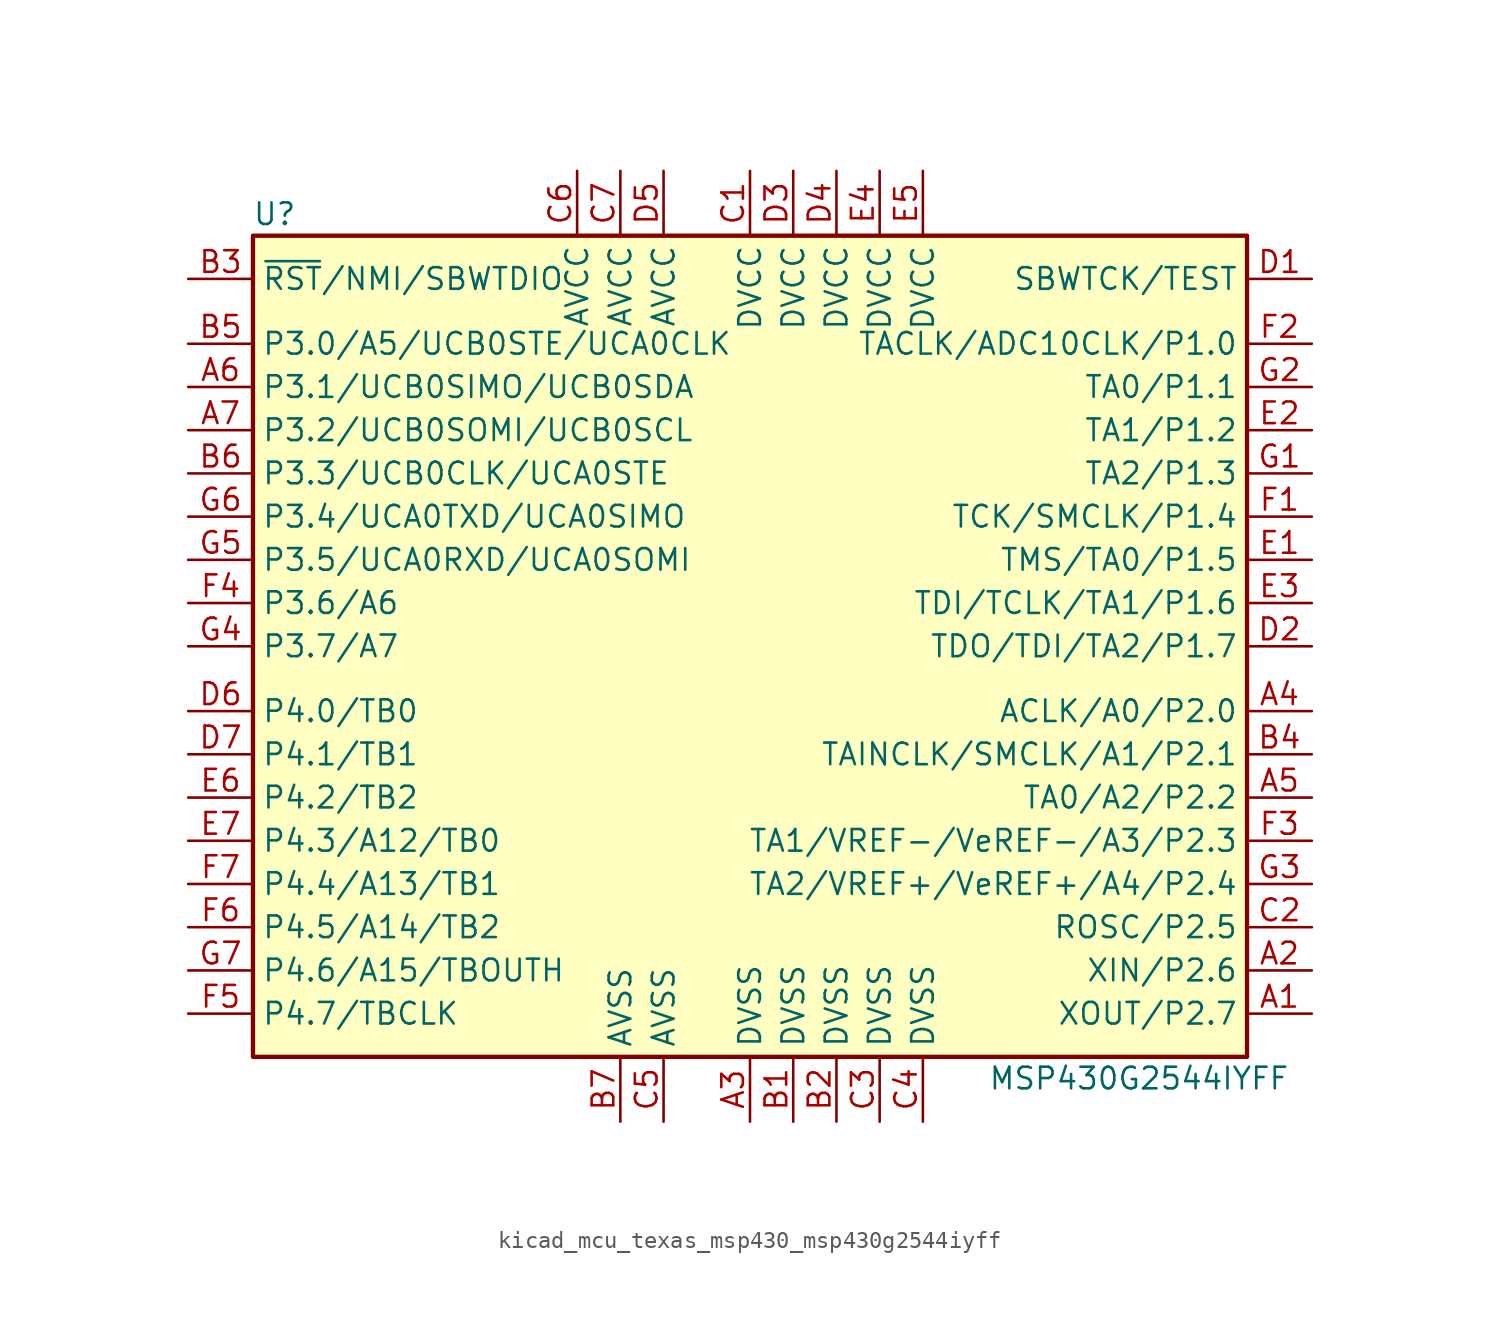
<source format=kicad_sym>
(kicad_symbol_lib
  (version 20220914)
  (generator kicad_symbol_editor)
  (symbol "kicad_mcu_texas_msp430_msp430g2544iyff"
    (property "Reference" "U"
      (at -27.94 25.4 0)
      (effects (font (size 1.27 1.27))))
    (property "Value" "MSP430G2544IYFF"
      (at 22.86 -25.4 0)
      (effects (font (size 1.27 1.27))))
    (symbol "kicad_mcu_texas_msp430_msp430g2544iyff_0_1"
      (rectangle (start -29.21 24.13) (end 29.21 -24.13) (stroke (width 0.254) (type default)) (fill (type background))))
    (symbol "kicad_mcu_texas_msp430_msp430g2544iyff_1_1"
      (pin bidirectional line (at 33.02 -21.59 180) (length 3.81) (name "XOUT/P2.7" (effects (font (size 1.27 1.27)))) (number "A1" (effects (font (size 1.27 1.27)))))
      (pin bidirectional line (at 33.02 -19.05 180) (length 3.81) (name "XIN/P2.6" (effects (font (size 1.27 1.27)))) (number "A2" (effects (font (size 1.27 1.27)))))
      (pin power_in line (at 0 -27.94 90) (length 3.81) (name "DVSS" (effects (font (size 1.27 1.27)))) (number "A3" (effects (font (size 1.27 1.27)))))
      (pin bidirectional line (at 33.02 -3.81 180) (length 3.81) (name "ACLK/A0/P2.0" (effects (font (size 1.27 1.27)))) (number "A4" (effects (font (size 1.27 1.27)))))
      (pin bidirectional line (at 33.02 -8.89 180) (length 3.81) (name "TA0/A2/P2.2" (effects (font (size 1.27 1.27)))) (number "A5" (effects (font (size 1.27 1.27)))))
      (pin bidirectional line (at -33.02 15.24 0) (length 3.81) (name "P3.1/UCB0SIMO/UCB0SDA" (effects (font (size 1.27 1.27)))) (number "A6" (effects (font (size 1.27 1.27)))))
      (pin bidirectional line (at -33.02 12.7 0) (length 3.81) (name "P3.2/UCB0SOMI/UCB0SCL" (effects (font (size 1.27 1.27)))) (number "A7" (effects (font (size 1.27 1.27)))))
      (pin power_in line (at 2.54 -27.94 90) (length 3.81) (name "DVSS" (effects (font (size 1.27 1.27)))) (number "B1" (effects (font (size 1.27 1.27)))))
      (pin power_in line (at 5.08 -27.94 90) (length 3.81) (name "DVSS" (effects (font (size 1.27 1.27)))) (number "B2" (effects (font (size 1.27 1.27)))))
      (pin input line (at -33.02 21.59 0) (length 3.81) (name "~{RST}/NMI/SBWTDIO" (effects (font (size 1.27 1.27)))) (number "B3" (effects (font (size 1.27 1.27)))))
      (pin bidirectional line (at 33.02 -6.35 180) (length 3.81) (name "TAINCLK/SMCLK/A1/P2.1" (effects (font (size 1.27 1.27)))) (number "B4" (effects (font (size 1.27 1.27)))))
      (pin bidirectional line (at -33.02 17.78 0) (length 3.81) (name "P3.0/A5/UCB0STE/UCA0CLK" (effects (font (size 1.27 1.27)))) (number "B5" (effects (font (size 1.27 1.27)))))
      (pin bidirectional line (at -33.02 10.16 0) (length 3.81) (name "P3.3/UCB0CLK/UCA0STE" (effects (font (size 1.27 1.27)))) (number "B6" (effects (font (size 1.27 1.27)))))
      (pin power_in line (at -7.62 -27.94 90) (length 3.81) (name "AVSS" (effects (font (size 1.27 1.27)))) (number "B7" (effects (font (size 1.27 1.27)))))
      (pin power_in line (at 0 27.94 270) (length 3.81) (name "DVCC" (effects (font (size 1.27 1.27)))) (number "C1" (effects (font (size 1.27 1.27)))))
      (pin bidirectional line (at 33.02 -16.51 180) (length 3.81) (name "ROSC/P2.5" (effects (font (size 1.27 1.27)))) (number "C2" (effects (font (size 1.27 1.27)))))
      (pin power_in line (at 7.62 -27.94 90) (length 3.81) (name "DVSS" (effects (font (size 1.27 1.27)))) (number "C3" (effects (font (size 1.27 1.27)))))
      (pin power_in line (at 10.16 -27.94 90) (length 3.81) (name "DVSS" (effects (font (size 1.27 1.27)))) (number "C4" (effects (font (size 1.27 1.27)))))
      (pin power_in line (at -5.08 -27.94 90) (length 3.81) (name "AVSS" (effects (font (size 1.27 1.27)))) (number "C5" (effects (font (size 1.27 1.27)))))
      (pin power_in line (at -10.16 27.94 270) (length 3.81) (name "AVCC" (effects (font (size 1.27 1.27)))) (number "C6" (effects (font (size 1.27 1.27)))))
      (pin power_in line (at -7.62 27.94 270) (length 3.81) (name "AVCC" (effects (font (size 1.27 1.27)))) (number "C7" (effects (font (size 1.27 1.27)))))
      (pin input line (at 33.02 21.59 180) (length 3.81) (name "SBWTCK/TEST" (effects (font (size 1.27 1.27)))) (number "D1" (effects (font (size 1.27 1.27)))))
      (pin bidirectional line (at 33.02 0 180) (length 3.81) (name "TDO/TDI/TA2/P1.7" (effects (font (size 1.27 1.27)))) (number "D2" (effects (font (size 1.27 1.27)))))
      (pin power_in line (at 2.54 27.94 270) (length 3.81) (name "DVCC" (effects (font (size 1.27 1.27)))) (number "D3" (effects (font (size 1.27 1.27)))))
      (pin power_in line (at 5.08 27.94 270) (length 3.81) (name "DVCC" (effects (font (size 1.27 1.27)))) (number "D4" (effects (font (size 1.27 1.27)))))
      (pin power_in line (at -5.08 27.94 270) (length 3.81) (name "AVCC" (effects (font (size 1.27 1.27)))) (number "D5" (effects (font (size 1.27 1.27)))))
      (pin bidirectional line (at -33.02 -3.81 0) (length 3.81) (name "P4.0/TB0" (effects (font (size 1.27 1.27)))) (number "D6" (effects (font (size 1.27 1.27)))))
      (pin bidirectional line (at -33.02 -6.35 0) (length 3.81) (name "P4.1/TB1" (effects (font (size 1.27 1.27)))) (number "D7" (effects (font (size 1.27 1.27)))))
      (pin bidirectional line (at 33.02 5.08 180) (length 3.81) (name "TMS/TA0/P1.5" (effects (font (size 1.27 1.27)))) (number "E1" (effects (font (size 1.27 1.27)))))
      (pin bidirectional line (at 33.02 12.7 180) (length 3.81) (name "TA1/P1.2" (effects (font (size 1.27 1.27)))) (number "E2" (effects (font (size 1.27 1.27)))))
      (pin bidirectional line (at 33.02 2.54 180) (length 3.81) (name "TDI/TCLK/TA1/P1.6" (effects (font (size 1.27 1.27)))) (number "E3" (effects (font (size 1.27 1.27)))))
      (pin power_in line (at 7.62 27.94 270) (length 3.81) (name "DVCC" (effects (font (size 1.27 1.27)))) (number "E4" (effects (font (size 1.27 1.27)))))
      (pin power_in line (at 10.16 27.94 270) (length 3.81) (name "DVCC" (effects (font (size 1.27 1.27)))) (number "E5" (effects (font (size 1.27 1.27)))))
      (pin bidirectional line (at -33.02 -8.89 0) (length 3.81) (name "P4.2/TB2" (effects (font (size 1.27 1.27)))) (number "E6" (effects (font (size 1.27 1.27)))))
      (pin bidirectional line (at -33.02 -11.43 0) (length 3.81) (name "P4.3/A12/TB0" (effects (font (size 1.27 1.27)))) (number "E7" (effects (font (size 1.27 1.27)))))
      (pin bidirectional line (at 33.02 7.62 180) (length 3.81) (name "TCK/SMCLK/P1.4" (effects (font (size 1.27 1.27)))) (number "F1" (effects (font (size 1.27 1.27)))))
      (pin bidirectional line (at 33.02 17.78 180) (length 3.81) (name "TACLK/ADC10CLK/P1.0" (effects (font (size 1.27 1.27)))) (number "F2" (effects (font (size 1.27 1.27)))))
      (pin bidirectional line (at 33.02 -11.43 180) (length 3.81) (name "TA1/VREF-/VeREF-/A3/P2.3" (effects (font (size 1.27 1.27)))) (number "F3" (effects (font (size 1.27 1.27)))))
      (pin bidirectional line (at -33.02 2.54 0) (length 3.81) (name "P3.6/A6" (effects (font (size 1.27 1.27)))) (number "F4" (effects (font (size 1.27 1.27)))))
      (pin bidirectional line (at -33.02 -21.59 0) (length 3.81) (name "P4.7/TBCLK" (effects (font (size 1.27 1.27)))) (number "F5" (effects (font (size 1.27 1.27)))))
      (pin bidirectional line (at -33.02 -16.51 0) (length 3.81) (name "P4.5/A14/TB2" (effects (font (size 1.27 1.27)))) (number "F6" (effects (font (size 1.27 1.27)))))
      (pin bidirectional line (at -33.02 -13.97 0) (length 3.81) (name "P4.4/A13/TB1" (effects (font (size 1.27 1.27)))) (number "F7" (effects (font (size 1.27 1.27)))))
      (pin bidirectional line (at 33.02 10.16 180) (length 3.81) (name "TA2/P1.3" (effects (font (size 1.27 1.27)))) (number "G1" (effects (font (size 1.27 1.27)))))
      (pin bidirectional line (at 33.02 15.24 180) (length 3.81) (name "TA0/P1.1" (effects (font (size 1.27 1.27)))) (number "G2" (effects (font (size 1.27 1.27)))))
      (pin bidirectional line (at 33.02 -13.97 180) (length 3.81) (name "TA2/VREF+/VeREF+/A4/P2.4" (effects (font (size 1.27 1.27)))) (number "G3" (effects (font (size 1.27 1.27)))))
      (pin bidirectional line (at -33.02 0 0) (length 3.81) (name "P3.7/A7" (effects (font (size 1.27 1.27)))) (number "G4" (effects (font (size 1.27 1.27)))))
      (pin bidirectional line (at -33.02 5.08 0) (length 3.81) (name "P3.5/UCA0RXD/UCA0SOMI" (effects (font (size 1.27 1.27)))) (number "G5" (effects (font (size 1.27 1.27)))))
      (pin bidirectional line (at -33.02 7.62 0) (length 3.81) (name "P3.4/UCA0TXD/UCA0SIMO" (effects (font (size 1.27 1.27)))) (number "G6" (effects (font (size 1.27 1.27)))))
      (pin bidirectional line (at -33.02 -19.05 0) (length 3.81) (name "P4.6/A15/TBOUTH" (effects (font (size 1.27 1.27)))) (number "G7" (effects (font (size 1.27 1.27))))))))
</source>
